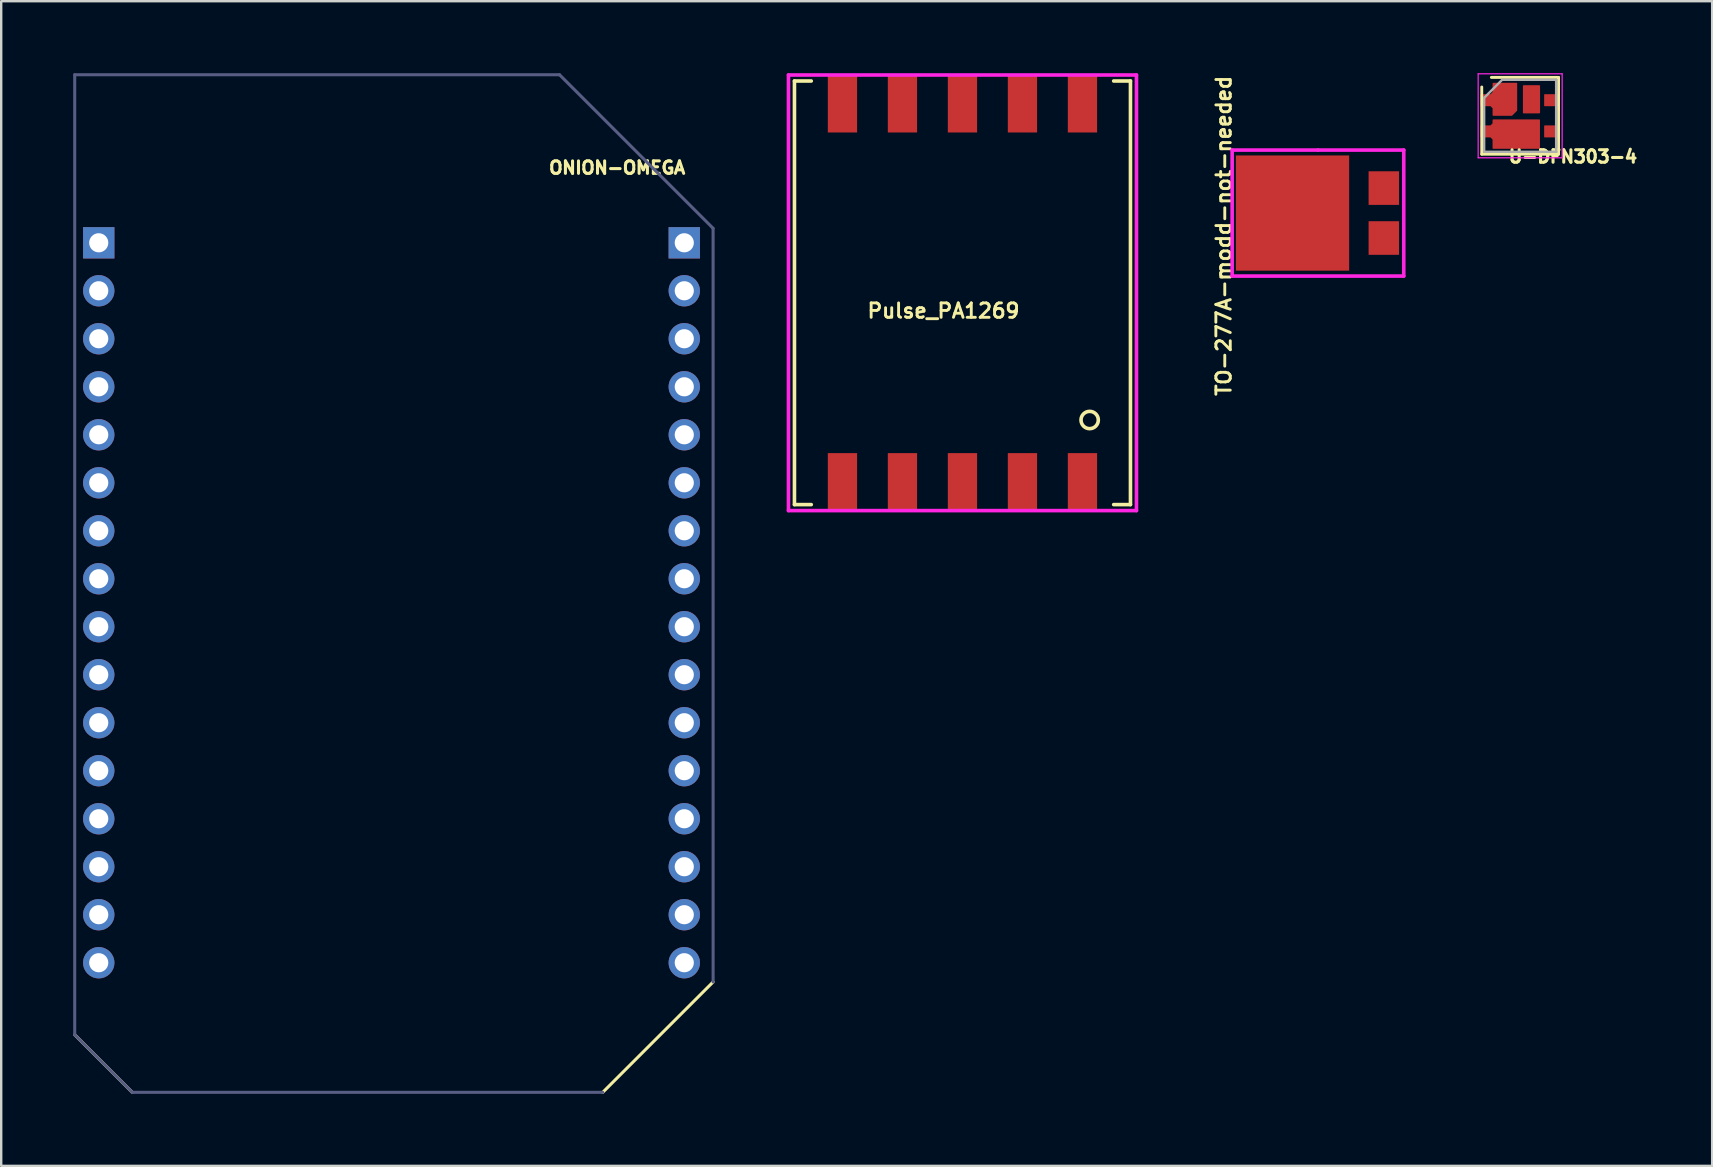
<source format=kicad_pcb>
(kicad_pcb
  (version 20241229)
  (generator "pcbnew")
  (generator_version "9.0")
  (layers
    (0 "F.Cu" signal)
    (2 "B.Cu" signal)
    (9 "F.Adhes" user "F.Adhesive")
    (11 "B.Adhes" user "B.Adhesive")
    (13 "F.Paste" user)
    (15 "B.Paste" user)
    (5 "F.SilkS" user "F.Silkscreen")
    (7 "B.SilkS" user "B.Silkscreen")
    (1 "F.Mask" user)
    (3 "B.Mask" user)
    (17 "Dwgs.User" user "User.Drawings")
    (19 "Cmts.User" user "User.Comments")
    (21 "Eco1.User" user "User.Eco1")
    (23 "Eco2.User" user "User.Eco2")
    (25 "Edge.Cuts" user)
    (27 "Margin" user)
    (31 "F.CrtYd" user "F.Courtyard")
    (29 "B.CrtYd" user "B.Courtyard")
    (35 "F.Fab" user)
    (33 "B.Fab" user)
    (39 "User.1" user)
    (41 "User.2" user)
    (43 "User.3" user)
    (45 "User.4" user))
  (footprint "U-DFN303-4"
    (layer "F.Cu")
    (at 60.289 1.775)
    (property "Reference" "U-DFN303-4" (at 2.2 1.7 0) (layer "F.SilkS") (effects (font (size 0.52 0.52) (thickness 0.127))))
    (attr through_hole)
    (fp_line (start -1.6 -1.2) (end -1.6 1.6) (stroke (width 0.12) (type solid)) (layer "F.SilkS"))
    (fp_line (start -1.6 1.6) (end 1.6 1.6) (stroke (width 0.12) (type solid)) (layer "F.SilkS"))
    (fp_line (start 1.6 -1.6) (end -1.2 -1.6) (stroke (width 0.12) (type solid)) (layer "F.SilkS"))
    (fp_line (start 1.6 1.6) (end 1.6 -1.6) (stroke (width 0.12) (type solid)) (layer "F.SilkS"))
    (fp_line (start -1.75 -1.75) (end 1.75 -1.75) (stroke (width 0.05) (type solid)) (layer "F.CrtYd"))
    (fp_line (start -1.75 1.75) (end -1.75 -1.75) (stroke (width 0.05) (type solid)) (layer "F.CrtYd"))
    (fp_line (start 1.75 -1.75) (end 1.75 1.75) (stroke (width 0.05) (type solid)) (layer "F.CrtYd"))
    (fp_line (start 1.75 1.75) (end -1.75 1.75) (stroke (width 0.05) (type solid)) (layer "F.CrtYd"))
    (fp_line (start -1.5 -0.75) (end -0.75 -1.5) (stroke (width 0.1) (type solid)) (layer "F.Fab"))
    (fp_line (start -1.5 1.5) (end -1.5 -0.75) (stroke (width 0.1) (type solid)) (layer "F.Fab"))
    (fp_line (start -0.75 -1.5) (end 1.5 -1.5) (stroke (width 0.1) (type solid)) (layer "F.Fab"))
    (fp_line (start 1.5 -1.5) (end 1.5 1.5) (stroke (width 0.1) (type solid)) (layer "F.Fab"))
    (fp_line (start 1.5 1.5) (end -1.5 1.5) (stroke (width 0.1) (type solid)) (layer "F.Fab"))
    (pad "1" smd custom (at -0.887 -0.611 270) (size 0.2 0.2) (layers "F.Cu" "F.Mask" "F.Paste") (options (anchor circle)) (primitives (gr_poly (pts (xy -0.739 0.237) (xy -0.364 0.237) (xy -0.264 0.338) (xy -0.264 0.738) (xy 0.186 0.738) (xy 0.186 0.338) (xy 0.286 0.237) (xy 0.586 0.237) (xy 0.586 -0.537) (xy 0.386 -0.738) (xy -0.739 -0.738)) (width 0.05) (fill yes))))
    (pad "2" smd custom (at -0.478 0.831 270) (size 0.2 0.2) (layers "F.Cu" "F.Mask" "F.Paste") (options (anchor circle)) (primitives (gr_poly (pts (xy -0.656 0.647) (xy -0.506 0.647) (xy -0.406 0.747) (xy -0.406 1.147) (xy 0.044 1.147) (xy 0.044 0.747) (xy 0.144 0.647) (xy 0.519 0.647) (xy 0.519 -1.278) (xy -0.656 -1.278)) (width 0.05) (fill yes))))
    (pad "3" smd roundrect (at 1.325 0.65 270) (size 0.5 0.65) (layers "F.Cu" "F.Mask" "F.Paste") (roundrect_rratio 0.05))
    (pad "4" smd roundrect (at 1.325 -0.65 270) (size 0.5 0.65) (layers "F.Cu" "F.Mask" "F.Paste") (roundrect_rratio 0.05))
    (pad "NC" smd roundrect (at 0.472 -0.688 270) (size 1.175 0.715) (layers "F.Cu" "F.Mask" "F.Paste") (roundrect_rratio 0.05)))
  (footprint "Pulse_PA1269"
    (layer "F.Cu")
    (at 37.052 9.15)
    (property "Reference" "Pulse_PA1269" (at -0.79 0.75 0) (layer "F.SilkS") (effects (font (size 0.6 0.6) (thickness 0.12))))
    (attr through_hole)
    (fp_line (start -7 -8.825) (end -6.3 -8.825) (stroke (width 0.15) (type solid)) (layer "F.SilkS"))
    (fp_line (start -7 8.825) (end -7 -8.825) (stroke (width 0.15) (type solid)) (layer "F.SilkS"))
    (fp_line (start -6.3 8.825) (end -7 8.825) (stroke (width 0.15) (type solid)) (layer "F.SilkS"))
    (fp_line (start 6.3 -8.825) (end 7 -8.825) (stroke (width 0.15) (type solid)) (layer "F.SilkS"))
    (fp_line (start 7 -8.825) (end 7 8.825) (stroke (width 0.15) (type solid)) (layer "F.SilkS"))
    (fp_line (start 7 8.825) (end 6.3 8.825) (stroke (width 0.15) (type solid)) (layer "F.SilkS"))
    (fp_circle (center 5.3 5.3) (end 5.1 5) (stroke (width 0.15) (type solid)) (fill no) (layer "F.SilkS"))
    (fp_line (start -7.25 -9.075) (end 7.25 -9.075) (stroke (width 0.15) (type solid)) (layer "F.CrtYd"))
    (fp_line (start -7.25 9.075) (end -7.25 -9.075) (stroke (width 0.15) (type solid)) (layer "F.CrtYd"))
    (fp_line (start 7.25 -9.075) (end 7.25 9.075) (stroke (width 0.15) (type solid)) (layer "F.CrtYd"))
    (fp_line (start 7.25 9.075) (end -7.25 9.075) (stroke (width 0.15) (type solid)) (layer "F.CrtYd"))
    (pad "1" smd rect (at 5 7.88) (size 1.22 2.4) (layers "F.Cu" "F.Mask" "F.Paste"))
    (pad "2" smd rect (at 2.5 7.88) (size 1.22 2.4) (layers "F.Cu" "F.Mask" "F.Paste"))
    (pad "3" smd rect (at 0 7.88) (size 1.22 2.4) (layers "F.Cu" "F.Mask" "F.Paste"))
    (pad "4" smd rect (at -2.5 7.88) (size 1.22 2.4) (layers "F.Cu" "F.Mask" "F.Paste"))
    (pad "5" smd rect (at -5 7.88) (size 1.22 2.4) (layers "F.Cu" "F.Mask" "F.Paste"))
    (pad "6" smd rect (at -5 -7.88) (size 1.22 2.4) (layers "F.Cu" "F.Mask" "F.Paste"))
    (pad "7" smd rect (at -2.5 -7.88) (size 1.22 2.4) (layers "F.Cu" "F.Mask" "F.Paste"))
    (pad "8" smd rect (at 0 -7.88) (size 1.22 2.4) (layers "F.Cu" "F.Mask" "F.Paste"))
    (pad "9" smd rect (at 2.5 -7.88) (size 1.22 2.4) (layers "F.Cu" "F.Mask" "F.Paste"))
    (pad "10" smd rect (at 5 -7.88) (size 1.22 2.4) (layers "F.Cu" "F.Mask" "F.Paste")))
  (footprint "TO-277A-modd-not-needed"
    (layer "F.Cu")
    (at 51.864 5.827)
    (property "Reference" "TO-277A-modd-not-needed" (at -3.925 0.95 270) (layer "F.SilkS") (effects (font (size 0.6 0.6) (thickness 0.12))))
    (attr through_hole)
    (fp_line (start -3.575 -2.625) (end 0 -2.625) (stroke (width 0.15) (type solid)) (layer "F.CrtYd"))
    (fp_line (start -3.575 2.625) (end -3.575 -2.625) (stroke (width 0.15) (type solid)) (layer "F.CrtYd"))
    (fp_line (start 0 -2.625) (end 3.575 -2.625) (stroke (width 0.15) (type solid)) (layer "F.CrtYd"))
    (fp_line (start 3.575 -2.625) (end 3.575 2.625) (stroke (width 0.15) (type solid)) (layer "F.CrtYd"))
    (fp_line (start 3.575 2.625) (end -3.575 2.625) (stroke (width 0.15) (type solid)) (layer "F.CrtYd"))
    (pad "1" smd rect (at 2.745 -1.04) (size 1.27 1.4) (layers "F.Cu" "F.Mask" "F.Paste"))
    (pad "2" smd rect (at -1.06 0) (size 4.72 4.8) (layers "F.Cu" "F.Mask" "F.Paste"))
    (pad "3" smd rect (at 2.745 1.04) (size 1.27 1.4) (layers "F.Cu" "F.Mask" "F.Paste")))
  (footprint "ONION-OMEGA"
    (layer "F.Cu")
    (at 13.063 21.064)
    (property "Reference" "ONION-OMEGA" (at 9.6 -17.125 0) (layer "F.SilkS") (effects (font (size 0.52 0.52) (thickness 0.127))))
    (attr exclude_from_pos_files exclude_from_bom)
    (fp_line (start -10.6 21.4) (end -13 19) (stroke (width 0.127) (type solid)) (layer "F.SilkS"))
    (fp_line (start 13.6 16.8) (end 9 21.4) (stroke (width 0.127) (type solid)) (layer "F.SilkS"))
    (fp_line (start -13 -21) (end 7.2 -21) (stroke (width 0.127) (type solid)) (layer "B.Fab"))
    (fp_line (start -13 18.999) (end -13 -21) (stroke (width 0.127) (type solid)) (layer "B.Fab"))
    (fp_line (start -10.6 21.4) (end -13 19) (stroke (width 0.127) (type solid)) (layer "B.Fab"))
    (fp_line (start 7.2 -21) (end 13.599 -14.6) (stroke (width 0.127) (type solid)) (layer "B.Fab"))
    (fp_line (start 8.999 21.399) (end -10.6 21.4) (stroke (width 0.127) (type solid)) (layer "B.Fab"))
    (fp_line (start 13.599 -14.6) (end 13.6 16.8) (stroke (width 0.127) (type solid)) (layer "B.Fab"))
    (pad "A1" thru_hole rect (at -11.999 -13.998) (size 1.306 1.306) (drill 0.798) (layers "*.Cu" "*.Mask"))
    (pad "A2" thru_hole circle (at -11.999 -11.999) (size 1.306 1.306) (drill 0.798) (layers "*.Cu" "*.Mask"))
    (pad "A3" thru_hole circle (at -11.999 -10) (size 1.306 1.306) (drill 0.798) (layers "*.Cu" "*.Mask"))
    (pad "A4" thru_hole circle (at -11.999 -7.998) (size 1.306 1.306) (drill 0.798) (layers "*.Cu" "*.Mask"))
    (pad "A5" thru_hole circle (at -11.999 -5.999) (size 1.306 1.306) (drill 0.798) (layers "*.Cu" "*.Mask"))
    (pad "A6" thru_hole circle (at -11.999 -3.998) (size 1.306 1.306) (drill 0.798) (layers "*.Cu" "*.Mask"))
    (pad "A7" thru_hole circle (at -11.999 -1.999) (size 1.306 1.306) (drill 0.798) (layers "*.Cu" "*.Mask"))
    (pad "A8" thru_hole circle (at -11.999 0) (size 1.306 1.306) (drill 0.798) (layers "*.Cu" "*.Mask"))
    (pad "A9" thru_hole circle (at -11.999 1.999) (size 1.306 1.306) (drill 0.798) (layers "*.Cu" "*.Mask"))
    (pad "A10" thru_hole circle (at -11.999 3.998) (size 1.306 1.306) (drill 0.798) (layers "*.Cu" "*.Mask"))
    (pad "A11" thru_hole circle (at -11.999 5.999) (size 1.306 1.306) (drill 0.798) (layers "*.Cu" "*.Mask"))
    (pad "A12" thru_hole circle (at -11.999 7.998) (size 1.306 1.306) (drill 0.798) (layers "*.Cu" "*.Mask"))
    (pad "A13" thru_hole circle (at -11.999 10) (size 1.306 1.306) (drill 0.798) (layers "*.Cu" "*.Mask"))
    (pad "A14" thru_hole circle (at -11.999 11.999) (size 1.306 1.306) (drill 0.798) (layers "*.Cu" "*.Mask"))
    (pad "A15" thru_hole circle (at -11.999 13.998) (size 1.306 1.306) (drill 0.798) (layers "*.Cu" "*.Mask"))
    (pad "A16" thru_hole circle (at -11.999 15.999) (size 1.306 1.306) (drill 0.798) (layers "*.Cu" "*.Mask"))
    (pad "B1" thru_hole rect (at 12.398 -13.998) (size 1.306 1.306) (drill 0.798) (layers "*.Cu" "*.Mask"))
    (pad "B2" thru_hole circle (at 12.398 -11.999) (size 1.306 1.306) (drill 0.798) (layers "*.Cu" "*.Mask"))
    (pad "B3" thru_hole circle (at 12.398 -10) (size 1.306 1.306) (drill 0.798) (layers "*.Cu" "*.Mask"))
    (pad "B4" thru_hole circle (at 12.398 -7.998) (size 1.306 1.306) (drill 0.798) (layers "*.Cu" "*.Mask"))
    (pad "B5" thru_hole circle (at 12.398 -5.999) (size 1.306 1.306) (drill 0.798) (layers "*.Cu" "*.Mask"))
    (pad "B6" thru_hole circle (at 12.398 -3.998) (size 1.306 1.306) (drill 0.798) (layers "*.Cu" "*.Mask"))
    (pad "B7" thru_hole circle (at 12.398 -1.999) (size 1.306 1.306) (drill 0.798) (layers "*.Cu" "*.Mask"))
    (pad "B8" thru_hole circle (at 12.398 0) (size 1.306 1.306) (drill 0.798) (layers "*.Cu" "*.Mask"))
    (pad "B9" thru_hole circle (at 12.398 1.999) (size 1.306 1.306) (drill 0.798) (layers "*.Cu" "*.Mask"))
    (pad "B10" thru_hole circle (at 12.398 3.998) (size 1.306 1.306) (drill 0.798) (layers "*.Cu" "*.Mask"))
    (pad "B11" thru_hole circle (at 12.398 5.999) (size 1.306 1.306) (drill 0.798) (layers "*.Cu" "*.Mask"))
    (pad "B12" thru_hole circle (at 12.398 7.998) (size 1.306 1.306) (drill 0.798) (layers "*.Cu" "*.Mask"))
    (pad "B13" thru_hole circle (at 12.398 10) (size 1.306 1.306) (drill 0.798) (layers "*.Cu" "*.Mask"))
    (pad "B14" thru_hole circle (at 12.398 11.999) (size 1.306 1.306) (drill 0.798) (layers "*.Cu" "*.Mask"))
    (pad "B15" thru_hole circle (at 12.398 13.998) (size 1.306 1.306) (drill 0.798) (layers "*.Cu" "*.Mask"))
    (pad "B16" thru_hole circle (at 12.398 15.999) (size 1.306 1.306) (drill 0.798) (layers "*.Cu" "*.Mask")))
  (gr_rect
    (start -3 -3)
    (end 68.289 45.527)
    (stroke (width 0.1) (type default))
    (fill no)
    (layer "Edge.Cuts")))
</source>
